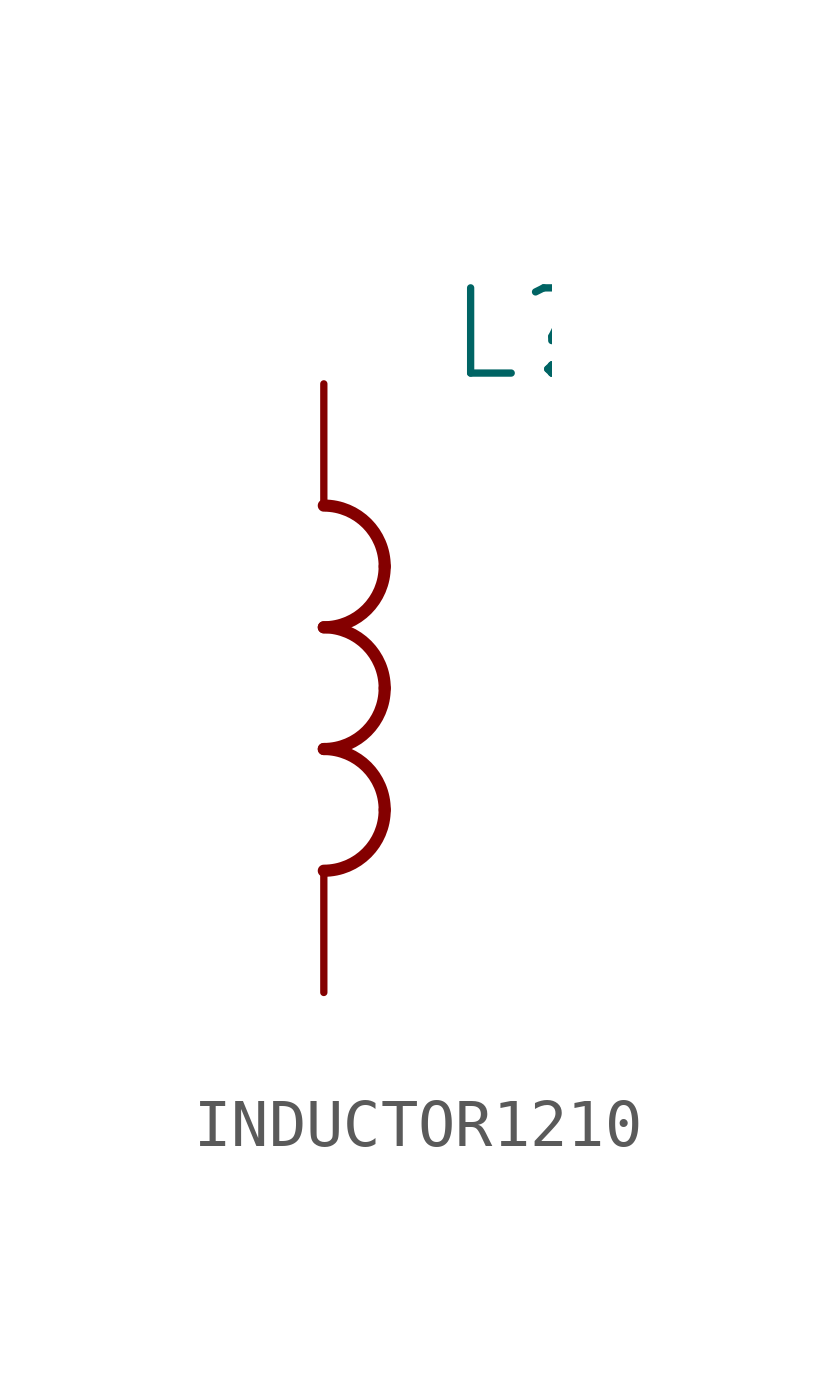
<source format=kicad_sym>
(kicad_symbol_lib
  (version 20231120)
  (generator "kicad_symbol_editor")
  (generator_version "8.0")
  (symbol "INDUCTOR1210"
    (property "Reference" "L"
      (at 2.54 5.08 0)
      (effects (font (size 1.778 1.778)) (justify left bottom)))
    (property "Value" ""
      (at 2.54 -5.08 0)
      (effects (font (size 1.778 1.778)) (justify left bottom)))
    (property "ki_locked" ""
      (at 0 0 0)
      (effects (font (size 1.27 1.27))))
    (symbol "INDUCTOR1210_1_0"
      (arc (start 0 -5.08) (mid 0.898 -4.708) (end 1.27 -3.81) (stroke (width 0.254) (type solid)) (fill (type none)))
      (arc (start 0 -2.54) (mid 0.898 -2.168) (end 1.27 -1.27) (stroke (width 0.254) (type solid)) (fill (type none)))
      (arc (start 0 0) (mid 0.898 0.372) (end 1.27 1.27) (stroke (width 0.254) (type solid)) (fill (type none)))
      (arc (start 1.27 -3.81) (mid 0.898 -2.912) (end 0 -2.54) (stroke (width 0.254) (type solid)) (fill (type none)))
      (arc (start 1.27 -1.27) (mid 0.898 -0.372) (end 0 0) (stroke (width 0.254) (type solid)) (fill (type none)))
      (arc (start 1.27 1.27) (mid 0.898 2.168) (end 0 2.54) (stroke (width 0.254) (type solid)) (fill (type none)))
      (pin passive line (at 0 5.08 270) (length 2.54) (name "1" (effects (font (size 0 0)))) (number "1" (effects (font (size 0 0)))))
      (pin passive line (at 0 -7.62 90) (length 2.54) (name "2" (effects (font (size 0 0)))) (number "2" (effects (font (size 0 0))))))))
</source>
